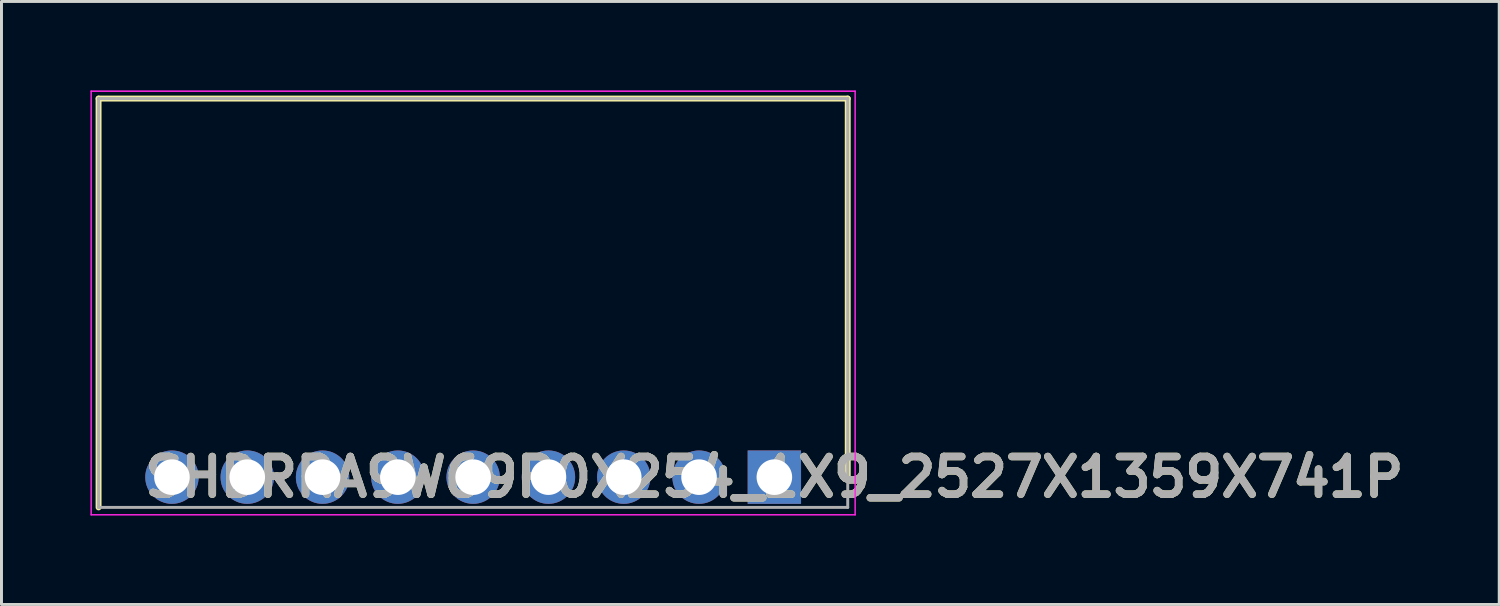
<source format=kicad_pcb>
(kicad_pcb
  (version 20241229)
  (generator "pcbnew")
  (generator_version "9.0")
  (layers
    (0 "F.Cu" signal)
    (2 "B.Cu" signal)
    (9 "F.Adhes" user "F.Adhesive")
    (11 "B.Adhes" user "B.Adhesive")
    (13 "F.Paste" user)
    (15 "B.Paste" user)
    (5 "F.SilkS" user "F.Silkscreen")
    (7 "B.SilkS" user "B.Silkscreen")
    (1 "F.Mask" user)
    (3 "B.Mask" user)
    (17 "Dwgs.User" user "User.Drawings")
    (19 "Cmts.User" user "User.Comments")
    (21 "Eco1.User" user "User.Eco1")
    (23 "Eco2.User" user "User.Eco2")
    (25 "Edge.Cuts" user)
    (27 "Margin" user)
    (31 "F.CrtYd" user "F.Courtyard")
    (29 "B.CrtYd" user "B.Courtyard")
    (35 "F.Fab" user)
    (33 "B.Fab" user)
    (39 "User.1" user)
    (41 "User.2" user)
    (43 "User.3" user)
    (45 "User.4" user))
  (footprint "SHDRRA9W69P0X254_1X9_2527X1359X741P"
    (layer "F.Cu")
    (at 23.07 13.045)
    (property "Reference" "SHDRRA9W69P0X254_1X9_2527X1359X741P" (at 0 0 0) (layer "F.SilkS") (effects (font (size 1.27 1.27) (thickness 0.254))))
    (attr through_hole)
    (fp_line (start -22.795 -12.77) (end -22.795 1.02) (stroke (width 0.2) (type solid)) (layer "F.SilkS"))
    (fp_line (start 2.475 -12.77) (end -22.795 -12.77) (stroke (width 0.2) (type solid)) (layer "F.SilkS"))
    (fp_line (start 2.475 0) (end 2.475 -12.77) (stroke (width 0.2) (type solid)) (layer "F.SilkS"))
    (fp_line (start -23.045 -13.02) (end 2.725 -13.02) (stroke (width 0.05) (type solid)) (layer "F.CrtYd"))
    (fp_line (start -23.045 1.27) (end -23.045 -13.02) (stroke (width 0.05) (type solid)) (layer "F.CrtYd"))
    (fp_line (start 2.725 -13.02) (end 2.725 1.27) (stroke (width 0.05) (type solid)) (layer "F.CrtYd"))
    (fp_line (start 2.725 1.27) (end -23.045 1.27) (stroke (width 0.05) (type solid)) (layer "F.CrtYd"))
    (fp_line (start -22.795 -12.77) (end 2.475 -12.77) (stroke (width 0.1) (type solid)) (layer "F.Fab"))
    (fp_line (start -22.795 1.02) (end -22.795 -12.77) (stroke (width 0.1) (type solid)) (layer "F.Fab"))
    (fp_line (start 2.475 -12.77) (end 2.475 1.02) (stroke (width 0.1) (type solid)) (layer "F.Fab"))
    (fp_line (start 2.475 1.02) (end -22.795 1.02) (stroke (width 0.1) (type solid)) (layer "F.Fab"))
    (fp_text user "${REFERENCE}" (at 0 0 0) (layer "F.Fab") (effects (font (size 1.27 1.27) (thickness 0.254))))
    (pad "1" thru_hole rect (at 0 0) (size 1.8 1.8) (drill 1.2) (layers "*.Cu" "*.Mask"))
    (pad "2" thru_hole circle (at -2.54 0) (size 1.8 1.8) (drill 1.2) (layers "*.Cu" "*.Mask"))
    (pad "3" thru_hole circle (at -5.08 0) (size 1.8 1.8) (drill 1.2) (layers "*.Cu" "*.Mask"))
    (pad "4" thru_hole circle (at -7.62 0) (size 1.8 1.8) (drill 1.2) (layers "*.Cu" "*.Mask"))
    (pad "5" thru_hole circle (at -10.16 0) (size 1.8 1.8) (drill 1.2) (layers "*.Cu" "*.Mask"))
    (pad "6" thru_hole circle (at -12.7 0) (size 1.8 1.8) (drill 1.2) (layers "*.Cu" "*.Mask"))
    (pad "7" thru_hole circle (at -15.24 0) (size 1.8 1.8) (drill 1.2) (layers "*.Cu" "*.Mask"))
    (pad "8" thru_hole circle (at -17.78 0) (size 1.8 1.8) (drill 1.2) (layers "*.Cu" "*.Mask"))
    (pad "9" thru_hole circle (at -20.32 0) (size 1.8 1.8) (drill 1.2) (layers "*.Cu" "*.Mask")))
  (gr_rect
    (start -3 -3)
    (end 47.521 17.34)
    (stroke (width 0.1) (type default))
    (fill no)
    (layer "Edge.Cuts")))
</source>
